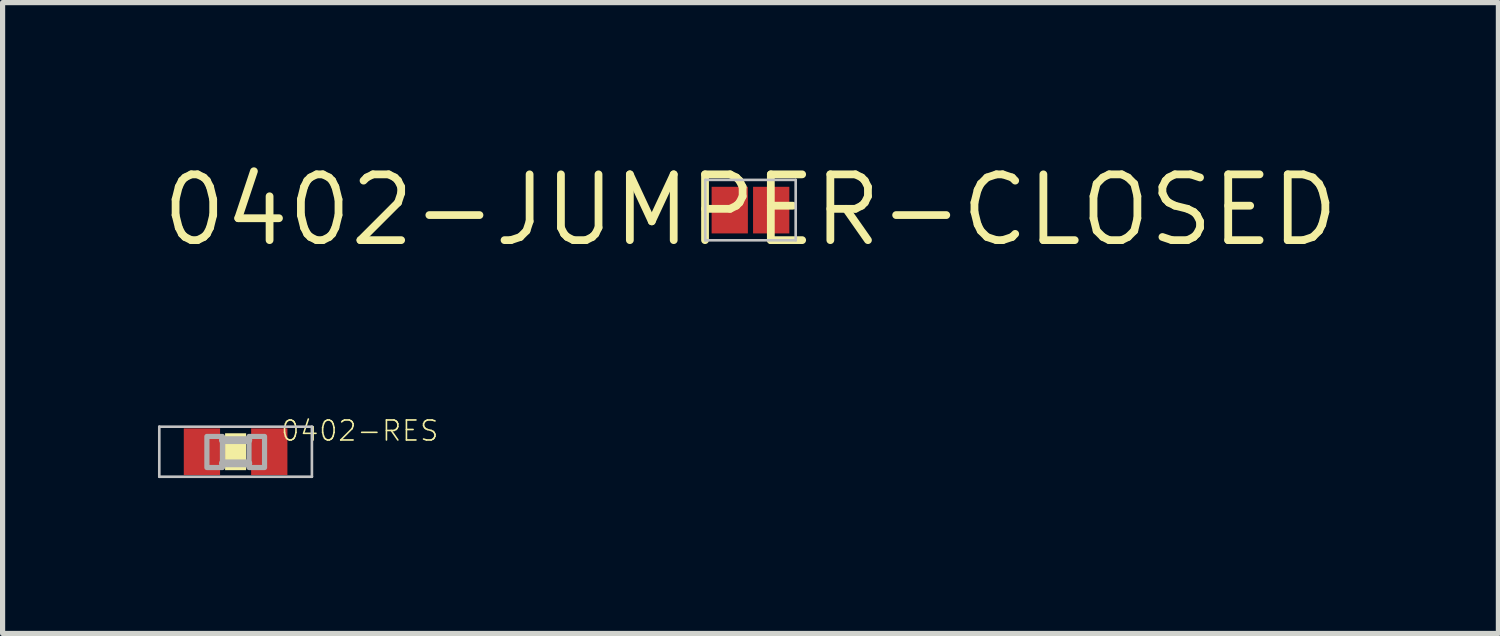
<source format=kicad_pcb>
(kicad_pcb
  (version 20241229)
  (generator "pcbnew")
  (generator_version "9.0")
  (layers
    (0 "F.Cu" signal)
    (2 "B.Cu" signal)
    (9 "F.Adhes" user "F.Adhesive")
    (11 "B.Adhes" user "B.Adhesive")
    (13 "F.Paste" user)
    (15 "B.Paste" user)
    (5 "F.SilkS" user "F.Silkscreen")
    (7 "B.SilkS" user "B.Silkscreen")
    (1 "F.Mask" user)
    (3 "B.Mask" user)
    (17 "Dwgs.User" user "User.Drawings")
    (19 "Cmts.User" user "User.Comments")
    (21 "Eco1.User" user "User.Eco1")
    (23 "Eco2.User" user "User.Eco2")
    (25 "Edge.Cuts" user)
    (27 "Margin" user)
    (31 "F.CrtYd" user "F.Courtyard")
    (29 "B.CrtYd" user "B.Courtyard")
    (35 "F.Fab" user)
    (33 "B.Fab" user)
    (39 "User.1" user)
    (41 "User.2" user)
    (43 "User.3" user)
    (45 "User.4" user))
  (footprint "0402-RES"
    (layer "F.Cu")
    (at 1.498 5.67)
    (property "Reference" "0402-RES" (at 0.851 -0.178 0) (layer "F.SilkS") (effects (font (size 0.386 0.386) (thickness 0.031)) (justify left bottom)))
    (attr through_hole)
    (fp_poly (pts (xy -0.203 0.356) (xy 0.203 0.356) (xy 0.203 -0.356) (xy -0.203 -0.356)) (stroke (width 0) (type solid)) (fill yes) (layer "F.SilkS"))
    (fp_poly (pts (xy -0.2 0.3) (xy 0.2 0.3) (xy 0.2 -0.3) (xy -0.2 -0.3)) (stroke (width 0) (type solid)) (fill yes) (layer "F.Adhes"))
    (fp_line (start -1.473 -0.483) (end 1.473 -0.483) (stroke (width 0.051) (type solid)) (layer "Dwgs.User"))
    (fp_line (start -1.473 0.483) (end -1.473 -0.483) (stroke (width 0.051) (type solid)) (layer "Dwgs.User"))
    (fp_line (start 1.473 -0.483) (end 1.473 0.483) (stroke (width 0.051) (type solid)) (layer "Dwgs.User"))
    (fp_line (start 1.473 0.483) (end -1.473 0.483) (stroke (width 0.051) (type solid)) (layer "Dwgs.User"))
    (fp_line (start -0.245 -0.224) (end 0.245 -0.224) (stroke (width 0.152) (type solid)) (layer "F.Fab"))
    (fp_line (start 0.245 0.224) (end -0.245 0.224) (stroke (width 0.152) (type solid)) (layer "F.Fab"))
    (fp_poly (pts (xy -0.554 0.305) (xy -0.254 0.305) (xy -0.254 -0.295) (xy -0.554 -0.295)) (stroke (width 0.1) (type solid)) (fill no) (layer "F.Fab"))
    (fp_poly (pts (xy 0.259 0.305) (xy 0.559 0.305) (xy 0.559 -0.295) (xy 0.259 -0.295)) (stroke (width 0.1) (type solid)) (fill no) (layer "F.Fab"))
    (pad "1" smd rect (at -0.65 0) (size 0.7 0.9) (layers "F.Cu" "F.Mask" "F.Paste"))
    (pad "2" smd rect (at 0.65 0) (size 0.7 0.9) (layers "F.Cu" "F.Mask" "F.Paste")))
  (footprint "0402-JUMPER-CLOSED"
    (layer "F.Cu")
    (at 11.437 1.006)
    (property "Reference" "0402-JUMPER-CLOSED" (at 0 0 0) (layer "F.SilkS") (effects (font (size 1.27 1.27) (thickness 0.15))))
    (attr through_hole)
    (fp_poly (pts (xy -0.75 0.45) (xy 0.75 0.45) (xy 0.75 -0.45) (xy -0.75 -0.45)) (stroke (width 0) (type solid)) (fill yes) (layer "F.Paste"))
    (fp_line (start -0.873 -0.583) (end 0.873 -0.583) (stroke (width 0.051) (type solid)) (layer "Dwgs.User"))
    (fp_line (start -0.873 0.583) (end -0.873 -0.583) (stroke (width 0.051) (type solid)) (layer "Dwgs.User"))
    (fp_line (start 0.873 -0.583) (end 0.873 0.583) (stroke (width 0.051) (type solid)) (layer "Dwgs.User"))
    (fp_line (start 0.873 0.583) (end -0.873 0.583) (stroke (width 0.051) (type solid)) (layer "Dwgs.User"))
    (pad "1" smd rect (at -0.4 0) (size 0.7 0.9) (layers "F.Cu" "F.Mask"))
    (pad "2" smd rect (at 0.4 0) (size 0.7 0.9) (layers "F.Cu" "F.Mask")))
  (gr_rect
    (start -3 -3)
    (end 25.875 9.178)
    (stroke (width 0.1) (type default))
    (fill no)
    (layer "Edge.Cuts")))
</source>
